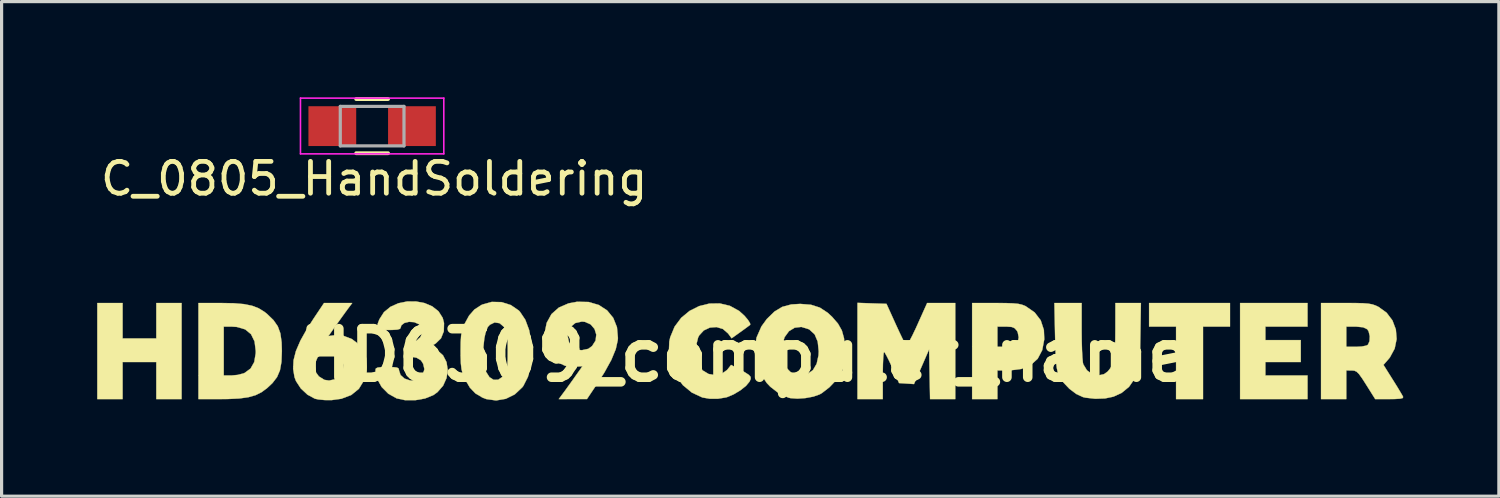
<source format=kicad_pcb>
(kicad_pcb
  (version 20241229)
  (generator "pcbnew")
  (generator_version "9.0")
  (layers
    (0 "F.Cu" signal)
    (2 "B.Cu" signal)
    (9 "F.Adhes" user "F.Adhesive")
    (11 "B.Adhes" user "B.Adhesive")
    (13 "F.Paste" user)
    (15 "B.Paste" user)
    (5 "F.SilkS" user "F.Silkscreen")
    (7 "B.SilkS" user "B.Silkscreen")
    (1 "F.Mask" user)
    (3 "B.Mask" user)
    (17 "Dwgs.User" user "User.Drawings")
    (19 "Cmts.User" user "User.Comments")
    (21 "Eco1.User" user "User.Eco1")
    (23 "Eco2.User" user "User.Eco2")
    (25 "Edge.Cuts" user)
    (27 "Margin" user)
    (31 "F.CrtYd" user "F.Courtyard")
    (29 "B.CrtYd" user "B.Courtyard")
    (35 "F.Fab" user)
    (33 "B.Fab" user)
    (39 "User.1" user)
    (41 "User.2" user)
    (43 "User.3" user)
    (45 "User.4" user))
  (footprint "C_0805_HandSoldering"
    (layer "F.Cu")
    (at 8.633 0.91)
    (property "Reference" "C_0805_HandSoldering" (at 0.064 1.651 0) (layer "F.SilkS") (effects (font (size 1 1) (thickness 0.15))))
    (attr smd)
    (fp_line (start -0.5 0.85) (end 0.5 0.85) (stroke (width 0.12) (type solid)) (layer "F.SilkS"))
    (fp_line (start 0.5 -0.85) (end -0.5 -0.85) (stroke (width 0.12) (type solid)) (layer "F.SilkS"))
    (fp_line (start -2.25 -0.88) (end -2.25 0.87) (stroke (width 0.05) (type solid)) (layer "F.CrtYd"))
    (fp_line (start -2.25 -0.88) (end 2.25 -0.88) (stroke (width 0.05) (type solid)) (layer "F.CrtYd"))
    (fp_line (start 2.25 0.87) (end -2.25 0.87) (stroke (width 0.05) (type solid)) (layer "F.CrtYd"))
    (fp_line (start 2.25 0.87) (end 2.25 -0.88) (stroke (width 0.05) (type solid)) (layer "F.CrtYd"))
    (fp_line (start -1 -0.62) (end 1 -0.62) (stroke (width 0.1) (type solid)) (layer "F.Fab"))
    (fp_line (start -1 0.62) (end -1 -0.62) (stroke (width 0.1) (type solid)) (layer "F.Fab"))
    (fp_line (start 1 -0.62) (end 1 0.62) (stroke (width 0.1) (type solid)) (layer "F.Fab"))
    (fp_line (start 1 0.62) (end -1 0.62) (stroke (width 0.1) (type solid)) (layer "F.Fab"))
    (pad "1" smd rect (at -1.25 0) (size 1.5 1.25) (layers "F.Cu" "F.Mask" "F.Paste"))
    (pad "2" smd rect (at 1.25 0) (size 1.5 1.25) (layers "F.Cu" "F.Mask" "F.Paste")))
  (footprint "HD6309_computer_name"
    (layer "F.Cu")
    (at 20.325 8.103)
    (property "Reference" "HD6309_computer_name" (at 0 0 0) (layer "F.SilkS") (effects (font (size 1.524 1.524) (thickness 0.3))))
    (attr through_hole)
    (fp_poly (pts (xy 15.24 -0.9) (xy 14.393 -0.9) (xy 14.393 1.376) (xy 13.547 1.376) (xy 13.547 -0.9) (xy 12.7 -0.9) (xy 12.7 -1.64) (xy 15.24 -1.64) (xy 15.24 -0.9)) (stroke (width 0.01) (type solid)) (fill yes) (layer "F.SilkS"))
    (fp_poly (pts (xy -19.526 -0.529) (xy -18.468 -0.529) (xy -18.468 -1.64) (xy -17.674 -1.64) (xy -17.674 1.376) (xy -18.468 1.376) (xy -18.468 0.212) (xy -19.526 0.212) (xy -19.526 1.376) (xy -20.32 1.376) (xy -20.32 -1.64) (xy -19.526 -1.64) (xy -19.526 -0.529)) (stroke (width 0.01) (type solid)) (fill yes) (layer "F.SilkS"))
    (fp_poly (pts (xy 17.674 -0.9) (xy 16.351 -0.9) (xy 16.351 -0.476) (xy 17.462 -0.476) (xy 17.462 0.212) (xy 16.351 0.212) (xy 16.351 0.635) (xy 17.674 0.635) (xy 17.674 1.376) (xy 15.557 1.376) (xy 15.557 -1.64) (xy 17.674 -1.64) (xy 17.674 -0.9)) (stroke (width 0.01) (type solid)) (fill yes) (layer "F.SilkS"))
    (fp_poly (pts (xy 4.001 -1.629) (xy 4.456 -1.614) (xy 4.744 -0.979) (xy 4.854 -0.74) (xy 4.952 -0.535) (xy 5.027 -0.384) (xy 5.07 -0.308) (xy 5.073 -0.303) (xy 5.108 -0.334) (xy 5.176 -0.445) (xy 5.269 -0.623) (xy 5.377 -0.849) (xy 5.423 -0.951) (xy 5.732 -1.64) (xy 6.615 -1.64) (xy 6.615 1.376) (xy 5.824 1.376) (xy 5.794 -0.185) (xy 5.557 0.36) (xy 5.319 0.904) (xy 4.85 0.873) (xy 4.635 0.385) (xy 4.54 0.18) (xy 4.458 0.017) (xy 4.4 -0.083) (xy 4.379 -0.105) (xy 4.365 -0.055) (xy 4.353 0.081) (xy 4.344 0.285) (xy 4.34 0.539) (xy 4.339 0.635) (xy 4.339 1.376) (xy 3.545 1.376) (xy 3.545 -1.645) (xy 4.001 -1.629)) (stroke (width 0.01) (type solid)) (fill yes) (layer "F.SilkS"))
    (fp_poly (pts (xy 8.198 -1.638) (xy 8.424 -1.63) (xy 8.587 -1.615) (xy 8.707 -1.588) (xy 8.806 -1.55) (xy 8.826 -1.54) (xy 9.107 -1.345) (xy 9.298 -1.096) (xy 9.397 -0.794) (xy 9.409 -0.501) (xy 9.345 -0.161) (xy 9.203 0.109) (xy 8.984 0.307) (xy 8.691 0.43) (xy 8.328 0.476) (xy 8.291 0.476) (xy 7.938 0.476) (xy 7.938 1.376) (xy 7.144 1.376) (xy 7.144 -0.9) (xy 7.938 -0.9) (xy 7.938 -0.265) (xy 8.189 -0.265) (xy 8.351 -0.274) (xy 8.472 -0.294) (xy 8.502 -0.306) (xy 8.581 -0.411) (xy 8.606 -0.565) (xy 8.575 -0.722) (xy 8.551 -0.768) (xy 8.479 -0.85) (xy 8.382 -0.889) (xy 8.221 -0.9) (xy 8.201 -0.9) (xy 7.938 -0.9) (xy 7.144 -0.9) (xy 7.144 -1.64) (xy 7.887 -1.64) (xy 8.198 -1.638)) (stroke (width 0.01) (type solid)) (fill yes) (layer "F.SilkS"))
    (fp_poly (pts (xy -16.037 -1.633) (xy -15.718 -1.606) (xy -15.465 -1.555) (xy -15.257 -1.476) (xy -15.075 -1.364) (xy -14.985 -1.292) (xy -14.788 -1.101) (xy -14.654 -0.908) (xy -14.573 -0.687) (xy -14.534 -0.409) (xy -14.526 -0.132) (xy -14.539 0.208) (xy -14.586 0.472) (xy -14.677 0.685) (xy -14.823 0.875) (xy -14.985 1.027) (xy -15.161 1.158) (xy -15.354 1.254) (xy -15.581 1.318) (xy -15.864 1.357) (xy -16.221 1.374) (xy -16.44 1.376) (xy -17.145 1.376) (xy -17.145 -0.9) (xy -16.351 -0.9) (xy -16.351 0.635) (xy -16.108 0.635) (xy -15.915 0.617) (xy -15.736 0.571) (xy -15.695 0.555) (xy -15.508 0.417) (xy -15.393 0.213) (xy -15.347 -0.066) (xy -15.346 -0.132) (xy -15.383 -0.434) (xy -15.494 -0.661) (xy -15.679 -0.813) (xy -15.94 -0.889) (xy -16.108 -0.9) (xy -16.351 -0.9) (xy -17.145 -0.9) (xy -17.145 -1.64) (xy -16.44 -1.64) (xy -16.037 -1.633)) (stroke (width 0.01) (type solid)) (fill yes) (layer "F.SilkS"))
    (fp_poly (pts (xy 10.583 -0.744) (xy 10.586 -0.438) (xy 10.594 -0.16) (xy 10.606 0.068) (xy 10.621 0.225) (xy 10.633 0.283) (xy 10.749 0.472) (xy 10.913 0.592) (xy 11.1 0.635) (xy 11.286 0.593) (xy 11.402 0.509) (xy 11.487 0.403) (xy 11.551 0.267) (xy 11.595 0.086) (xy 11.623 -0.156) (xy 11.638 -0.473) (xy 11.641 -0.833) (xy 11.642 -1.64) (xy 12.443 -1.64) (xy 12.426 -0.595) (xy 12.42 -0.237) (xy 12.413 0.032) (xy 12.403 0.23) (xy 12.388 0.375) (xy 12.366 0.483) (xy 12.335 0.573) (xy 12.292 0.661) (xy 12.258 0.721) (xy 12.069 0.992) (xy 11.836 1.183) (xy 11.58 1.3) (xy 11.319 1.355) (xy 11.012 1.366) (xy 10.707 1.332) (xy 10.625 1.313) (xy 10.416 1.217) (xy 10.199 1.054) (xy 10.007 0.852) (xy 9.873 0.641) (xy 9.864 0.623) (xy 9.829 0.522) (xy 9.802 0.397) (xy 9.782 0.231) (xy 9.767 0.008) (xy 9.756 -0.29) (xy 9.748 -0.622) (xy 9.727 -1.64) (xy 10.583 -1.64) (xy 10.583 -0.744)) (stroke (width 0.01) (type solid)) (fill yes) (layer "F.SilkS"))
    (fp_poly (pts (xy 19.192 -1.639) (xy 19.419 -1.633) (xy 19.583 -1.62) (xy 19.706 -1.598) (xy 19.809 -1.563) (xy 19.898 -1.521) (xy 20.156 -1.336) (xy 20.34 -1.093) (xy 20.447 -0.81) (xy 20.471 -0.509) (xy 20.41 -0.21) (xy 20.26 0.068) (xy 20.21 0.129) (xy 20.058 0.302) (xy 20.354 0.773) (xy 20.48 0.974) (xy 20.584 1.147) (xy 20.654 1.267) (xy 20.676 1.31) (xy 20.662 1.343) (xy 20.577 1.364) (xy 20.409 1.374) (xy 20.25 1.376) (xy 19.799 1.376) (xy 19.517 0.927) (xy 19.385 0.721) (xy 19.29 0.59) (xy 19.216 0.517) (xy 19.145 0.484) (xy 19.063 0.477) (xy 18.891 0.476) (xy 18.891 1.376) (xy 18.098 1.376) (xy 18.098 -0.9) (xy 18.891 -0.9) (xy 18.891 -0.265) (xy 19.198 -0.265) (xy 19.376 -0.275) (xy 19.514 -0.302) (xy 19.569 -0.328) (xy 19.62 -0.442) (xy 19.628 -0.599) (xy 19.592 -0.749) (xy 19.549 -0.816) (xy 19.42 -0.878) (xy 19.194 -0.9) (xy 19.179 -0.9) (xy 18.891 -0.9) (xy 18.098 -0.9) (xy 18.098 -1.64) (xy 18.88 -1.64) (xy 19.192 -1.639)) (stroke (width 0.01) (type solid)) (fill yes) (layer "F.SilkS"))
    (fp_poly (pts (xy -4.896 -1.672) (xy -4.578 -1.579) (xy -4.317 -1.41) (xy -4.123 -1.174) (xy -4.006 -0.881) (xy -3.976 -0.54) (xy -3.981 -0.474) (xy -4.043 -0.193) (xy -4.182 0.144) (xy -4.401 0.541) (xy -4.62 0.885) (xy -4.948 1.375) (xy -5.833 1.376) (xy -5.705 1.204) (xy -5.61 1.075) (xy -5.481 0.896) (xy -5.344 0.704) (xy -5.333 0.688) (xy -5.089 0.344) (xy -5.336 0.361) (xy -5.633 0.331) (xy -5.898 0.207) (xy -6.11 0.001) (xy -6.18 -0.109) (xy -6.253 -0.267) (xy -6.286 -0.415) (xy -6.286 -0.603) (xy -6.286 -0.609) (xy -5.556 -0.609) (xy -5.509 -0.401) (xy -5.382 -0.247) (xy -5.193 -0.166) (xy -5.106 -0.159) (xy -4.905 -0.202) (xy -4.787 -0.289) (xy -4.677 -0.461) (xy -4.655 -0.649) (xy -4.71 -0.826) (xy -4.831 -0.968) (xy -5.009 -1.048) (xy -5.106 -1.058) (xy -5.314 -1.012) (xy -5.468 -0.884) (xy -5.549 -0.695) (xy -5.556 -0.609) (xy -6.286 -0.609) (xy -6.281 -0.676) (xy -6.212 -1.018) (xy -6.061 -1.293) (xy -5.831 -1.497) (xy -5.526 -1.629) (xy -5.26 -1.679) (xy -4.896 -1.672)) (stroke (width 0.01) (type solid)) (fill yes) (layer "F.SilkS"))
    (fp_poly (pts (xy -12.446 -1.468) (xy -12.54 -1.34) (xy -12.669 -1.161) (xy -12.806 -0.968) (xy -12.82 -0.949) (xy -13.066 -0.601) (xy -12.91 -0.624) (xy -12.609 -0.617) (xy -12.329 -0.509) (xy -12.171 -0.39) (xy -11.982 -0.17) (xy -11.882 0.081) (xy -11.863 0.384) (xy -11.87 0.463) (xy -11.949 0.792) (xy -12.109 1.054) (xy -12.347 1.247) (xy -12.659 1.366) (xy -12.965 1.408) (xy -13.177 1.407) (xy -13.376 1.388) (xy -13.489 1.364) (xy -13.722 1.238) (xy -13.93 1.044) (xy -14.082 0.812) (xy -14.129 0.688) (xy -14.172 0.427) (xy -14.168 0.344) (xy -13.494 0.344) (xy -13.451 0.546) (xy -13.364 0.664) (xy -13.192 0.772) (xy -13.044 0.794) (xy -12.842 0.751) (xy -12.724 0.664) (xy -12.614 0.491) (xy -12.592 0.304) (xy -12.647 0.127) (xy -12.769 -0.015) (xy -12.946 -0.096) (xy -13.044 -0.106) (xy -13.252 -0.059) (xy -13.406 0.068) (xy -13.486 0.257) (xy -13.494 0.344) (xy -14.168 0.344) (xy -14.159 0.158) (xy -14.085 -0.132) (xy -13.945 -0.457) (xy -13.736 -0.831) (xy -13.531 -1.15) (xy -13.203 -1.64) (xy -12.76 -1.64) (xy -12.317 -1.64) (xy -12.446 -1.468)) (stroke (width 0.01) (type solid)) (fill yes) (layer "F.SilkS"))
    (fp_poly (pts (xy -0.462 -1.552) (xy -0.171 -1.392) (xy -0.002 -1.239) (xy 0.108 -1.108) (xy 0.172 -1.005) (xy 0.178 -0.957) (xy 0.113 -0.907) (xy -0.009 -0.817) (xy -0.137 -0.725) (xy -0.406 -0.533) (xy -0.52 -0.687) (xy -0.681 -0.826) (xy -0.88 -0.885) (xy -1.088 -0.869) (xy -1.279 -0.78) (xy -1.424 -0.623) (xy -1.458 -0.557) (xy -1.522 -0.302) (xy -1.526 -0.019) (xy -1.472 0.241) (xy -1.447 0.301) (xy -1.313 0.478) (xy -1.13 0.587) (xy -0.923 0.624) (xy -0.722 0.584) (xy -0.551 0.464) (xy -0.531 0.441) (xy -0.423 0.303) (xy -0.189 0.427) (xy 0.013 0.537) (xy 0.135 0.616) (xy 0.19 0.68) (xy 0.192 0.744) (xy 0.156 0.827) (xy 0.155 0.829) (xy 0.046 0.96) (xy -0.13 1.1) (xy -0.34 1.226) (xy -0.551 1.315) (xy -0.58 1.323) (xy -0.829 1.364) (xy -1.098 1.364) (xy -1.323 1.326) (xy -1.653 1.173) (xy -1.934 0.941) (xy -2.154 0.646) (xy -2.306 0.307) (xy -2.378 -0.058) (xy -2.363 -0.43) (xy -2.334 -0.564) (xy -2.196 -0.898) (xy -1.988 -1.176) (xy -1.727 -1.392) (xy -1.428 -1.542) (xy -1.106 -1.622) (xy -0.779 -1.627) (xy -0.462 -1.552)) (stroke (width 0.01) (type solid)) (fill yes) (layer "F.SilkS"))
    (fp_poly (pts (xy 2.086 -1.585) (xy 2.364 -1.496) (xy 2.613 -1.332) (xy 2.746 -1.208) (xy 2.933 -0.993) (xy 3.054 -0.779) (xy 3.122 -0.536) (xy 3.147 -0.232) (xy 3.148 -0.132) (xy 3.141 0.138) (xy 3.118 0.332) (xy 3.075 0.477) (xy 3.05 0.529) (xy 2.884 0.773) (xy 2.664 1.005) (xy 2.428 1.188) (xy 2.356 1.229) (xy 2.16 1.298) (xy 1.913 1.344) (xy 1.659 1.362) (xy 1.441 1.346) (xy 1.375 1.33) (xy 1.07 1.192) (xy 0.807 0.987) (xy 0.698 0.872) (xy 0.477 0.546) (xy 0.35 0.188) (xy 0.321 -0.132) (xy 1.164 -0.132) (xy 1.201 0.158) (xy 1.305 0.388) (xy 1.463 0.546) (xy 1.666 0.623) (xy 1.9 0.609) (xy 1.981 0.583) (xy 2.147 0.466) (xy 2.264 0.266) (xy 2.322 0.001) (xy 2.328 -0.122) (xy 2.297 -0.428) (xy 2.201 -0.655) (xy 2.037 -0.806) (xy 2.013 -0.819) (xy 1.783 -0.89) (xy 1.572 -0.865) (xy 1.393 -0.755) (xy 1.257 -0.569) (xy 1.179 -0.319) (xy 1.164 -0.132) (xy 0.321 -0.132) (xy 0.316 -0.185) (xy 0.376 -0.555) (xy 0.53 -0.906) (xy 0.698 -1.137) (xy 0.939 -1.372) (xy 1.185 -1.52) (xy 1.466 -1.595) (xy 1.746 -1.612) (xy 2.086 -1.585)) (stroke (width 0.01) (type solid)) (fill yes) (layer "F.SilkS"))
    (fp_poly (pts (xy -7.628 -1.668) (xy -7.338 -1.576) (xy -7.091 -1.407) (xy -7.054 -1.369) (xy -6.883 -1.114) (xy -6.763 -0.791) (xy -6.694 -0.425) (xy -6.676 -0.042) (xy -6.711 0.334) (xy -6.8 0.676) (xy -6.943 0.959) (xy -6.977 1.005) (xy -7.214 1.228) (xy -7.495 1.367) (xy -7.8 1.419) (xy -8.106 1.376) (xy -8.229 1.329) (xy -8.45 1.197) (xy -8.623 1.017) (xy -8.772 0.762) (xy -8.794 0.714) (xy -8.85 0.575) (xy -8.886 0.436) (xy -8.906 0.265) (xy -8.914 0.035) (xy -8.914 0.011) (xy -8.202 0.011) (xy -8.181 0.274) (xy -8.18 0.283) (xy -8.114 0.522) (xy -8.009 0.687) (xy -7.878 0.772) (xy -7.733 0.768) (xy -7.589 0.67) (xy -7.546 0.618) (xy -7.497 0.54) (xy -7.464 0.448) (xy -7.446 0.319) (xy -7.437 0.131) (xy -7.435 -0.132) (xy -7.437 -0.401) (xy -7.446 -0.588) (xy -7.465 -0.715) (xy -7.498 -0.806) (xy -7.546 -0.882) (xy -7.689 -1.006) (xy -7.847 -1.03) (xy -7.997 -0.957) (xy -8.059 -0.89) (xy -8.123 -0.747) (xy -8.17 -0.529) (xy -8.198 -0.266) (xy -8.202 0.011) (xy -8.914 0.011) (xy -8.915 -0.132) (xy -8.912 -0.409) (xy -8.899 -0.61) (xy -8.873 -0.763) (xy -8.829 -0.899) (xy -8.794 -0.978) (xy -8.647 -1.247) (xy -8.48 -1.437) (xy -8.267 -1.575) (xy -8.229 -1.593) (xy -7.935 -1.675) (xy -7.628 -1.668)) (stroke (width 0.01) (type solid)) (fill yes) (layer "F.SilkS"))
    (fp_poly (pts (xy -10.045 -1.638) (xy -9.803 -1.534) (xy -9.608 -1.379) (xy -9.477 -1.174) (xy -9.435 -1.013) (xy -9.442 -0.751) (xy -9.531 -0.53) (xy -9.694 -0.372) (xy -9.696 -0.371) (xy -9.848 -0.278) (xy -9.657 -0.166) (xy -9.468 0.001) (xy -9.356 0.217) (xy -9.319 0.462) (xy -9.356 0.715) (xy -9.464 0.955) (xy -9.643 1.16) (xy -9.772 1.252) (xy -10.032 1.357) (xy -10.34 1.411) (xy -10.653 1.411) (xy -10.921 1.354) (xy -11.182 1.209) (xy -11.393 0.997) (xy -11.534 0.744) (xy -11.588 0.473) (xy -11.588 0.463) (xy -11.574 0.414) (xy -11.517 0.386) (xy -11.396 0.373) (xy -11.218 0.37) (xy -11.024 0.373) (xy -10.912 0.386) (xy -10.861 0.416) (xy -10.848 0.468) (xy -10.848 0.476) (xy -10.8 0.621) (xy -10.675 0.733) (xy -10.503 0.791) (xy -10.451 0.794) (xy -10.255 0.75) (xy -10.117 0.632) (xy -10.055 0.456) (xy -10.054 0.423) (xy -10.09 0.268) (xy -10.16 0.159) (xy -10.293 0.079) (xy -10.425 0.053) (xy -10.522 0.046) (xy -10.568 0.006) (xy -10.582 -0.095) (xy -10.583 -0.185) (xy -10.578 -0.332) (xy -10.551 -0.402) (xy -10.487 -0.422) (xy -10.451 -0.423) (xy -10.293 -0.464) (xy -10.179 -0.568) (xy -10.12 -0.706) (xy -10.129 -0.849) (xy -10.215 -0.969) (xy -10.225 -0.976) (xy -10.371 -1.039) (xy -10.533 -1.05) (xy -10.678 -1.015) (xy -10.774 -0.941) (xy -10.795 -0.871) (xy -10.818 -0.829) (xy -10.901 -0.805) (xy -11.062 -0.795) (xy -11.165 -0.794) (xy -11.376 -0.799) (xy -11.495 -0.826) (xy -11.536 -0.889) (xy -11.512 -1.005) (xy -11.464 -1.129) (xy -11.321 -1.353) (xy -11.117 -1.521) (xy -10.869 -1.632) (xy -10.596 -1.688) (xy -10.315 -1.689) (xy -10.045 -1.638)) (stroke (width 0.01) (type solid)) (fill yes) (layer "F.SilkS")))
  (gr_rect
    (start -3 -3)
    (end 44.006 12.527)
    (stroke (width 0.1) (type default))
    (fill no)
    (layer "Edge.Cuts")))
</source>
